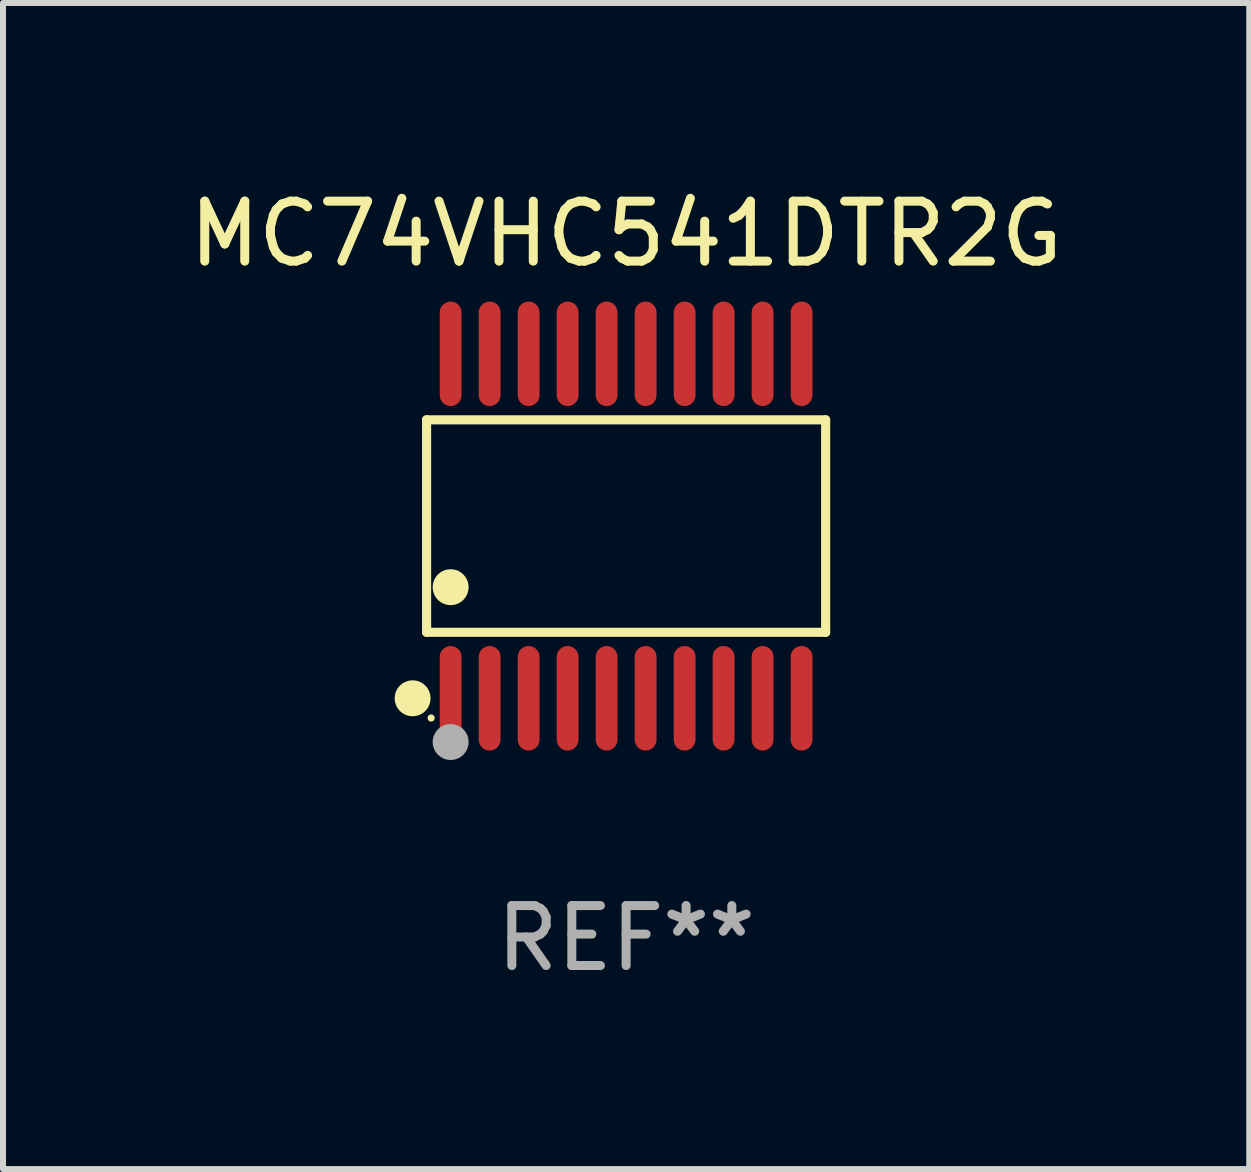
<source format=kicad_pcb>
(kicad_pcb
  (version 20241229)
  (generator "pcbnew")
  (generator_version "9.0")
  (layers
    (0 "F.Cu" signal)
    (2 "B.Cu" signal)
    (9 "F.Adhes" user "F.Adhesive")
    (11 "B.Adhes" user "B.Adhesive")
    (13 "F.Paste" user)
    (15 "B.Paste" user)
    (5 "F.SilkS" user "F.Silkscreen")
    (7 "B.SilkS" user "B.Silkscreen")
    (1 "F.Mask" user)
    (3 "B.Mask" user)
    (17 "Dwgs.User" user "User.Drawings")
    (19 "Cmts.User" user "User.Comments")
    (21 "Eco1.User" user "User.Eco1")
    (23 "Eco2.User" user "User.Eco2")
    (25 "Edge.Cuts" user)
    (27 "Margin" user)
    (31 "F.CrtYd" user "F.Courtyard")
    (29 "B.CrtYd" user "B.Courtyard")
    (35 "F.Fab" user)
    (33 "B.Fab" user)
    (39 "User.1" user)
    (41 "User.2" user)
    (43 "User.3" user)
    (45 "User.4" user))
  (footprint "MC74VHC541DTR2G"
    (layer "F.Cu")
    (at 7.387 5.719)
    (property "Reference" "MC74VHC541DTR2G" (at 0 -4.871 0) (layer "F.SilkS") (effects (font (size 1 1) (thickness 0.15))))
    (attr through_hole)
    (fp_line (start -3.326 -1.771) (end 3.326 -1.771) (stroke (width 0.152) (type solid)) (layer "F.SilkS"))
    (fp_line (start -3.326 1.771) (end -3.326 -1.771) (stroke (width 0.152) (type solid)) (layer "F.SilkS"))
    (fp_line (start 3.326 -1.771) (end 3.326 1.771) (stroke (width 0.152) (type solid)) (layer "F.SilkS"))
    (fp_line (start 3.326 1.771) (end -3.326 1.771) (stroke (width 0.152) (type solid)) (layer "F.SilkS"))
    (fp_circle (center -3.559 2.871) (end -3.409 2.871) (stroke (width 0.3) (type solid)) (fill no) (layer "F.SilkS"))
    (fp_circle (center -3.25 3.2) (end -3.22 3.2) (stroke (width 0.06) (type solid)) (fill no) (layer "F.SilkS"))
    (fp_circle (center -2.925 1.019) (end -2.775 1.019) (stroke (width 0.3) (type solid)) (fill no) (layer "F.SilkS"))
    (fp_circle (center -2.925 3.6) (end -2.775 3.6) (stroke (width 0.3) (type solid)) (fill no) (layer "F.Fab"))
    (fp_text user "REF**" (at 0 6.871 0) (layer "F.Fab") (effects (font (size 1 1) (thickness 0.15))))
    (pad "1" smd oval (at -2.925 2.871) (size 0.364 1.742) (layers "F.Cu" "F.Mask" "F.Paste"))
    (pad "2" smd oval (at -2.275 2.871) (size 0.364 1.742) (layers "F.Cu" "F.Mask" "F.Paste"))
    (pad "3" smd oval (at -1.625 2.871) (size 0.364 1.742) (layers "F.Cu" "F.Mask" "F.Paste"))
    (pad "4" smd oval (at -0.975 2.871) (size 0.364 1.742) (layers "F.Cu" "F.Mask" "F.Paste"))
    (pad "5" smd oval (at -0.325 2.871) (size 0.364 1.742) (layers "F.Cu" "F.Mask" "F.Paste"))
    (pad "6" smd oval (at 0.325 2.871) (size 0.364 1.742) (layers "F.Cu" "F.Mask" "F.Paste"))
    (pad "7" smd oval (at 0.975 2.871) (size 0.364 1.742) (layers "F.Cu" "F.Mask" "F.Paste"))
    (pad "8" smd oval (at 1.625 2.871) (size 0.364 1.742) (layers "F.Cu" "F.Mask" "F.Paste"))
    (pad "9" smd oval (at 2.275 2.871) (size 0.364 1.742) (layers "F.Cu" "F.Mask" "F.Paste"))
    (pad "10" smd oval (at 2.925 2.871) (size 0.364 1.742) (layers "F.Cu" "F.Mask" "F.Paste"))
    (pad "11" smd oval (at 2.925 -2.871) (size 0.364 1.742) (layers "F.Cu" "F.Mask" "F.Paste"))
    (pad "12" smd oval (at 2.275 -2.871) (size 0.364 1.742) (layers "F.Cu" "F.Mask" "F.Paste"))
    (pad "13" smd oval (at 1.625 -2.871) (size 0.364 1.742) (layers "F.Cu" "F.Mask" "F.Paste"))
    (pad "14" smd oval (at 0.975 -2.871) (size 0.364 1.742) (layers "F.Cu" "F.Mask" "F.Paste"))
    (pad "15" smd oval (at 0.325 -2.871) (size 0.364 1.742) (layers "F.Cu" "F.Mask" "F.Paste"))
    (pad "16" smd oval (at -0.325 -2.871) (size 0.364 1.742) (layers "F.Cu" "F.Mask" "F.Paste"))
    (pad "17" smd oval (at -0.975 -2.871) (size 0.364 1.742) (layers "F.Cu" "F.Mask" "F.Paste"))
    (pad "18" smd oval (at -1.625 -2.871) (size 0.364 1.742) (layers "F.Cu" "F.Mask" "F.Paste"))
    (pad "19" smd oval (at -2.275 -2.871) (size 0.364 1.742) (layers "F.Cu" "F.Mask" "F.Paste"))
    (pad "20" smd oval (at -2.925 -2.871) (size 0.364 1.742) (layers "F.Cu" "F.Mask" "F.Paste")))
  (gr_rect
    (start -3 -3)
    (end 17.774 16.438)
    (stroke (width 0.1) (type default))
    (fill no)
    (layer "Edge.Cuts")))
</source>
